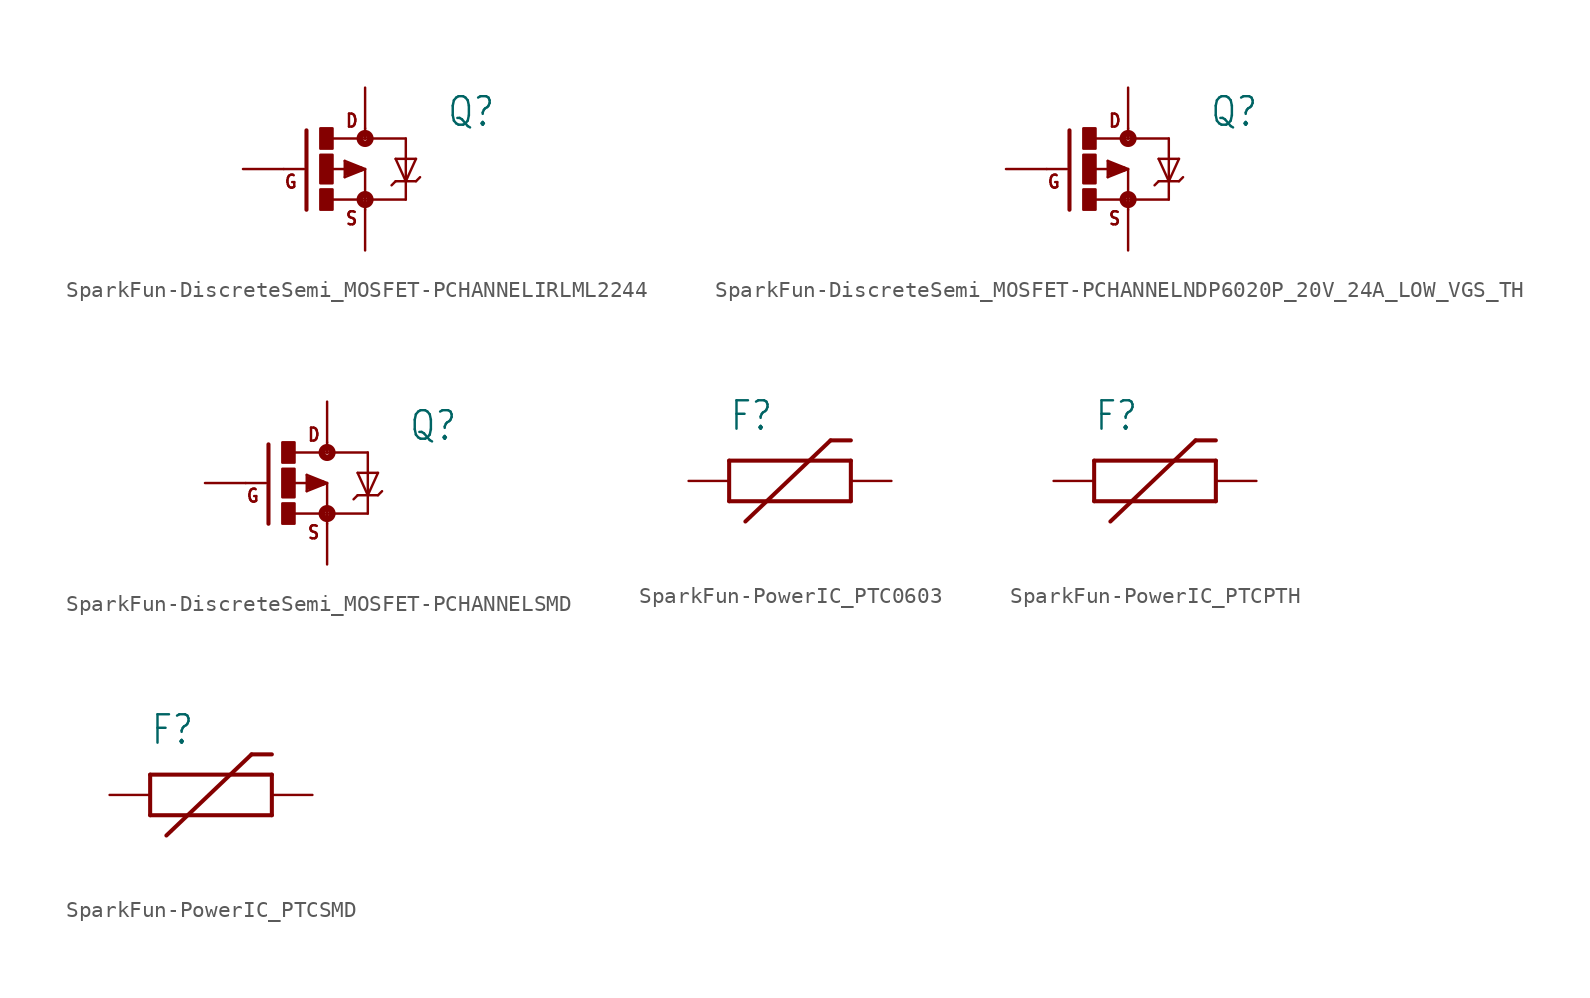
<source format=kicad_sym>
(kicad_symbol_lib
  (version 20241209)
  (generator "kicad_symbol_editor")
  (generator_version "9.0")
  (symbol "SparkFun-DiscreteSemi_MOSFET-PCHANNELIRLML2244"
    (property "Reference" "Q"
      (at 5.08 2.54 0)
      (effects (font (size 1.778 1.511)) (justify left bottom)))
    (property "Value" ""
      (at 5.08 0 0)
      (effects (font (size 1.778 1.511)) (justify left bottom)))
    (property "ki_locked" ""
      (at 0 0 0)
      (effects (font (size 1.27 1.27))))
    (symbol "SparkFun-DiscreteSemi_MOSFET-PCHANNELIRLML2244_1_0"
      (polyline (pts (xy -3.81 0) (xy -5.08 0)) (stroke (width 0.152) (type solid)) (fill (type none)))
      (polyline (pts (xy -3.658 2.413) (xy -3.658 -2.54)) (stroke (width 0.254) (type solid)) (fill (type none)))
      (rectangle (start -2.794 1.27) (end -2.032 2.54) (stroke (width 0) (type default)) (fill (type outline)))
      (rectangle (start -2.794 -0.889) (end -2.032 0.889) (stroke (width 0) (type default)) (fill (type outline)))
      (rectangle (start -2.794 -2.54) (end -2.032 -1.27) (stroke (width 0) (type default)) (fill (type outline)))
      (polyline (pts (xy -2.032 -1.905) (xy 0 -1.905)) (stroke (width 0.152) (type solid)) (fill (type none)))
      (polyline (pts (xy -1.27 0.508) (xy -1.27 -0.508)) (stroke (width 0.152) (type solid)) (fill (type none)))
      (polyline (pts (xy -1.27 -0.508) (xy 0 0)) (stroke (width 0.152) (type solid)) (fill (type none)))
      (polyline (pts (xy -1.143 0.254) (xy -1.143 0)) (stroke (width 0.305) (type solid)) (fill (type none)))
      (polyline (pts (xy -1.143 0) (xy -2.032 0)) (stroke (width 0.152) (type solid)) (fill (type none)))
      (polyline (pts (xy -1.143 0) (xy -0.889 0)) (stroke (width 0.305) (type solid)) (fill (type none)))
      (polyline (pts (xy -1.143 -0.254) (xy -0.254 0)) (stroke (width 0.305) (type solid)) (fill (type none)))
      (polyline (pts (xy -0.254 0) (xy -1.143 0.254)) (stroke (width 0.305) (type solid)) (fill (type none)))
      (polyline (pts (xy 0 2.54) (xy 0 1.905)) (stroke (width 0.152) (type solid)) (fill (type none)))
      (circle (center 0 1.905) (radius 0.127) (stroke (width 0.406) (type solid)) (fill (type none)))
      (polyline (pts (xy 0 1.905) (xy -2.007 1.905)) (stroke (width 0.152) (type solid)) (fill (type none)))
      (polyline (pts (xy 0 1.905) (xy 2.54 1.905)) (stroke (width 0.152) (type solid)) (fill (type none)))
      (polyline (pts (xy 0 0) (xy -1.27 0.508)) (stroke (width 0.152) (type solid)) (fill (type none)))
      (polyline (pts (xy 0 0) (xy 0 -1.905)) (stroke (width 0.152) (type solid)) (fill (type none)))
      (polyline (pts (xy 0 -1.905) (xy 0 -2.54)) (stroke (width 0.152) (type solid)) (fill (type none)))
      (circle (center 0 -1.905) (radius 0.127) (stroke (width 0.406) (type solid)) (fill (type none)))
      (polyline (pts (xy 1.905 0.635) (xy 2.54 -0.762)) (stroke (width 0.152) (type solid)) (fill (type none)))
      (polyline (pts (xy 1.905 -0.762) (xy 1.651 -1.016)) (stroke (width 0.152) (type solid)) (fill (type none)))
      (polyline (pts (xy 2.54 -0.762) (xy 1.905 -0.762)) (stroke (width 0.152) (type solid)) (fill (type none)))
      (polyline (pts (xy 2.54 -0.762) (xy 2.54 1.905)) (stroke (width 0.152) (type solid)) (fill (type none)))
      (polyline (pts (xy 2.54 -0.762) (xy 3.175 0.635)) (stroke (width 0.152) (type solid)) (fill (type none)))
      (polyline (pts (xy 2.54 -1.905) (xy 0 -1.905)) (stroke (width 0.152) (type solid)) (fill (type none)))
      (polyline (pts (xy 2.54 -1.905) (xy 2.54 -0.762)) (stroke (width 0.152) (type solid)) (fill (type none)))
      (polyline (pts (xy 3.175 0.635) (xy 1.905 0.635)) (stroke (width 0.152) (type solid)) (fill (type none)))
      (polyline (pts (xy 3.175 -0.762) (xy 2.54 -0.762)) (stroke (width 0.152) (type solid)) (fill (type none)))
      (polyline (pts (xy 3.175 -0.762) (xy 3.429 -0.508)) (stroke (width 0.152) (type solid)) (fill (type none)))
      (text "G" (at -5.08 -1.27 0) (effects (font (size 0.813 0.691)) (justify left bottom)))
      (text "D" (at -1.27 2.54 0) (effects (font (size 0.813 0.691)) (justify left bottom)))
      (text "S" (at -1.27 -3.556 0) (effects (font (size 0.813 0.691)) (justify left bottom)))
      (pin passive line (at -7.62 0 0) (length 2.54) (name "G" (effects (font (size 0 0)))) (number "1" (effects (font (size 0 0)))))
      (pin passive line (at 0 5.08 270) (length 2.54) (name "D" (effects (font (size 0 0)))) (number "3" (effects (font (size 0 0)))))
      (pin passive line (at 0 -5.08 90) (length 2.54) (name "S" (effects (font (size 0 0)))) (number "2" (effects (font (size 0 0)))))))
  (symbol "SparkFun-DiscreteSemi_MOSFET-PCHANNELNDP6020P_20V_24A_LOW_VGS_TH"
    (property "Reference" "Q"
      (at 5.08 2.54 0)
      (effects (font (size 1.778 1.511)) (justify left bottom)))
    (property "Value" ""
      (at 5.08 0 0)
      (effects (font (size 1.778 1.511)) (justify left bottom)))
    (property "ki_locked" ""
      (at 0 0 0)
      (effects (font (size 1.27 1.27))))
    (symbol "SparkFun-DiscreteSemi_MOSFET-PCHANNELNDP6020P_20V_24A_LOW_VGS_TH_1_0"
      (polyline (pts (xy -3.81 0) (xy -5.08 0)) (stroke (width 0.152) (type solid)) (fill (type none)))
      (polyline (pts (xy -3.658 2.413) (xy -3.658 -2.54)) (stroke (width 0.254) (type solid)) (fill (type none)))
      (rectangle (start -2.794 1.27) (end -2.032 2.54) (stroke (width 0) (type default)) (fill (type outline)))
      (rectangle (start -2.794 -0.889) (end -2.032 0.889) (stroke (width 0) (type default)) (fill (type outline)))
      (rectangle (start -2.794 -2.54) (end -2.032 -1.27) (stroke (width 0) (type default)) (fill (type outline)))
      (polyline (pts (xy -2.032 -1.905) (xy 0 -1.905)) (stroke (width 0.152) (type solid)) (fill (type none)))
      (polyline (pts (xy -1.27 0.508) (xy -1.27 -0.508)) (stroke (width 0.152) (type solid)) (fill (type none)))
      (polyline (pts (xy -1.27 -0.508) (xy 0 0)) (stroke (width 0.152) (type solid)) (fill (type none)))
      (polyline (pts (xy -1.143 0.254) (xy -1.143 0)) (stroke (width 0.305) (type solid)) (fill (type none)))
      (polyline (pts (xy -1.143 0) (xy -2.032 0)) (stroke (width 0.152) (type solid)) (fill (type none)))
      (polyline (pts (xy -1.143 0) (xy -0.889 0)) (stroke (width 0.305) (type solid)) (fill (type none)))
      (polyline (pts (xy -1.143 -0.254) (xy -0.254 0)) (stroke (width 0.305) (type solid)) (fill (type none)))
      (polyline (pts (xy -0.254 0) (xy -1.143 0.254)) (stroke (width 0.305) (type solid)) (fill (type none)))
      (polyline (pts (xy 0 2.54) (xy 0 1.905)) (stroke (width 0.152) (type solid)) (fill (type none)))
      (circle (center 0 1.905) (radius 0.127) (stroke (width 0.406) (type solid)) (fill (type none)))
      (polyline (pts (xy 0 1.905) (xy -2.007 1.905)) (stroke (width 0.152) (type solid)) (fill (type none)))
      (polyline (pts (xy 0 1.905) (xy 2.54 1.905)) (stroke (width 0.152) (type solid)) (fill (type none)))
      (polyline (pts (xy 0 0) (xy -1.27 0.508)) (stroke (width 0.152) (type solid)) (fill (type none)))
      (polyline (pts (xy 0 0) (xy 0 -1.905)) (stroke (width 0.152) (type solid)) (fill (type none)))
      (polyline (pts (xy 0 -1.905) (xy 0 -2.54)) (stroke (width 0.152) (type solid)) (fill (type none)))
      (circle (center 0 -1.905) (radius 0.127) (stroke (width 0.406) (type solid)) (fill (type none)))
      (polyline (pts (xy 1.905 0.635) (xy 2.54 -0.762)) (stroke (width 0.152) (type solid)) (fill (type none)))
      (polyline (pts (xy 1.905 -0.762) (xy 1.651 -1.016)) (stroke (width 0.152) (type solid)) (fill (type none)))
      (polyline (pts (xy 2.54 -0.762) (xy 1.905 -0.762)) (stroke (width 0.152) (type solid)) (fill (type none)))
      (polyline (pts (xy 2.54 -0.762) (xy 2.54 1.905)) (stroke (width 0.152) (type solid)) (fill (type none)))
      (polyline (pts (xy 2.54 -0.762) (xy 3.175 0.635)) (stroke (width 0.152) (type solid)) (fill (type none)))
      (polyline (pts (xy 2.54 -1.905) (xy 0 -1.905)) (stroke (width 0.152) (type solid)) (fill (type none)))
      (polyline (pts (xy 2.54 -1.905) (xy 2.54 -0.762)) (stroke (width 0.152) (type solid)) (fill (type none)))
      (polyline (pts (xy 3.175 0.635) (xy 1.905 0.635)) (stroke (width 0.152) (type solid)) (fill (type none)))
      (polyline (pts (xy 3.175 -0.762) (xy 2.54 -0.762)) (stroke (width 0.152) (type solid)) (fill (type none)))
      (polyline (pts (xy 3.175 -0.762) (xy 3.429 -0.508)) (stroke (width 0.152) (type solid)) (fill (type none)))
      (text "G" (at -5.08 -1.27 0) (effects (font (size 0.813 0.691)) (justify left bottom)))
      (text "D" (at -1.27 2.54 0) (effects (font (size 0.813 0.691)) (justify left bottom)))
      (text "S" (at -1.27 -3.556 0) (effects (font (size 0.813 0.691)) (justify left bottom)))
      (pin passive line (at -7.62 0 0) (length 2.54) (name "G" (effects (font (size 0 0)))) (number "1" (effects (font (size 0 0)))))
      (pin passive line (at 0 5.08 270) (length 2.54) (name "D" (effects (font (size 0 0)))) (number "2" (effects (font (size 0 0)))))
      (pin passive line (at 0 -5.08 90) (length 2.54) (name "S" (effects (font (size 0 0)))) (number "3" (effects (font (size 0 0)))))))
  (symbol "SparkFun-DiscreteSemi_MOSFET-PCHANNELSMD"
    (property "Reference" "Q"
      (at 5.08 2.54 0)
      (effects (font (size 1.778 1.511)) (justify left bottom)))
    (property "Value" ""
      (at 5.08 0 0)
      (effects (font (size 1.778 1.511)) (justify left bottom)))
    (property "ki_locked" ""
      (at 0 0 0)
      (effects (font (size 1.27 1.27))))
    (symbol "SparkFun-DiscreteSemi_MOSFET-PCHANNELSMD_1_0"
      (polyline (pts (xy -3.81 0) (xy -5.08 0)) (stroke (width 0.152) (type solid)) (fill (type none)))
      (polyline (pts (xy -3.658 2.413) (xy -3.658 -2.54)) (stroke (width 0.254) (type solid)) (fill (type none)))
      (rectangle (start -2.794 1.27) (end -2.032 2.54) (stroke (width 0) (type default)) (fill (type outline)))
      (rectangle (start -2.794 -0.889) (end -2.032 0.889) (stroke (width 0) (type default)) (fill (type outline)))
      (rectangle (start -2.794 -2.54) (end -2.032 -1.27) (stroke (width 0) (type default)) (fill (type outline)))
      (polyline (pts (xy -2.032 -1.905) (xy 0 -1.905)) (stroke (width 0.152) (type solid)) (fill (type none)))
      (polyline (pts (xy -1.27 0.508) (xy -1.27 -0.508)) (stroke (width 0.152) (type solid)) (fill (type none)))
      (polyline (pts (xy -1.27 -0.508) (xy 0 0)) (stroke (width 0.152) (type solid)) (fill (type none)))
      (polyline (pts (xy -1.143 0.254) (xy -1.143 0)) (stroke (width 0.305) (type solid)) (fill (type none)))
      (polyline (pts (xy -1.143 0) (xy -2.032 0)) (stroke (width 0.152) (type solid)) (fill (type none)))
      (polyline (pts (xy -1.143 0) (xy -0.889 0)) (stroke (width 0.305) (type solid)) (fill (type none)))
      (polyline (pts (xy -1.143 -0.254) (xy -0.254 0)) (stroke (width 0.305) (type solid)) (fill (type none)))
      (polyline (pts (xy -0.254 0) (xy -1.143 0.254)) (stroke (width 0.305) (type solid)) (fill (type none)))
      (polyline (pts (xy 0 2.54) (xy 0 1.905)) (stroke (width 0.152) (type solid)) (fill (type none)))
      (circle (center 0 1.905) (radius 0.127) (stroke (width 0.406) (type solid)) (fill (type none)))
      (polyline (pts (xy 0 1.905) (xy -2.007 1.905)) (stroke (width 0.152) (type solid)) (fill (type none)))
      (polyline (pts (xy 0 1.905) (xy 2.54 1.905)) (stroke (width 0.152) (type solid)) (fill (type none)))
      (polyline (pts (xy 0 0) (xy -1.27 0.508)) (stroke (width 0.152) (type solid)) (fill (type none)))
      (polyline (pts (xy 0 0) (xy 0 -1.905)) (stroke (width 0.152) (type solid)) (fill (type none)))
      (polyline (pts (xy 0 -1.905) (xy 0 -2.54)) (stroke (width 0.152) (type solid)) (fill (type none)))
      (circle (center 0 -1.905) (radius 0.127) (stroke (width 0.406) (type solid)) (fill (type none)))
      (polyline (pts (xy 1.905 0.635) (xy 2.54 -0.762)) (stroke (width 0.152) (type solid)) (fill (type none)))
      (polyline (pts (xy 1.905 -0.762) (xy 1.651 -1.016)) (stroke (width 0.152) (type solid)) (fill (type none)))
      (polyline (pts (xy 2.54 -0.762) (xy 1.905 -0.762)) (stroke (width 0.152) (type solid)) (fill (type none)))
      (polyline (pts (xy 2.54 -0.762) (xy 2.54 1.905)) (stroke (width 0.152) (type solid)) (fill (type none)))
      (polyline (pts (xy 2.54 -0.762) (xy 3.175 0.635)) (stroke (width 0.152) (type solid)) (fill (type none)))
      (polyline (pts (xy 2.54 -1.905) (xy 0 -1.905)) (stroke (width 0.152) (type solid)) (fill (type none)))
      (polyline (pts (xy 2.54 -1.905) (xy 2.54 -0.762)) (stroke (width 0.152) (type solid)) (fill (type none)))
      (polyline (pts (xy 3.175 0.635) (xy 1.905 0.635)) (stroke (width 0.152) (type solid)) (fill (type none)))
      (polyline (pts (xy 3.175 -0.762) (xy 2.54 -0.762)) (stroke (width 0.152) (type solid)) (fill (type none)))
      (polyline (pts (xy 3.175 -0.762) (xy 3.429 -0.508)) (stroke (width 0.152) (type solid)) (fill (type none)))
      (text "G" (at -5.08 -1.27 0) (effects (font (size 0.813 0.691)) (justify left bottom)))
      (text "D" (at -1.27 2.54 0) (effects (font (size 0.813 0.691)) (justify left bottom)))
      (text "S" (at -1.27 -3.556 0) (effects (font (size 0.813 0.691)) (justify left bottom)))
      (pin passive line (at -7.62 0 0) (length 2.54) (name "G" (effects (font (size 0 0)))) (number "1" (effects (font (size 0 0)))))
      (pin passive line (at 0 5.08 270) (length 2.54) (name "D" (effects (font (size 0 0)))) (number "3" (effects (font (size 0 0)))))
      (pin passive line (at 0 -5.08 90) (length 2.54) (name "S" (effects (font (size 0 0)))) (number "2" (effects (font (size 0 0)))))))
  (symbol "SparkFun-PowerIC_PTC0603"
    (property "Reference" "F"
      (at -2.54 3.048 0)
      (effects (font (size 1.778 1.511)) (justify left bottom)))
    (property "Value" ""
      (at -3.302 -5.08 0)
      (effects (font (size 1.778 1.511)) (justify left bottom)))
    (property "ki_locked" ""
      (at 0 0 0)
      (effects (font (size 1.27 1.27))))
    (symbol "SparkFun-PowerIC_PTC0603_1_0"
      (polyline (pts (xy -2.54 1.27) (xy 5.08 1.27)) (stroke (width 0.254) (type solid)) (fill (type none)))
      (polyline (pts (xy -2.54 -1.27) (xy -2.54 1.27)) (stroke (width 0.254) (type solid)) (fill (type none)))
      (polyline (pts (xy -1.524 -2.54) (xy 3.81 2.54)) (stroke (width 0.254) (type solid)) (fill (type none)))
      (polyline (pts (xy 3.81 2.54) (xy 5.08 2.54)) (stroke (width 0.254) (type solid)) (fill (type none)))
      (polyline (pts (xy 5.08 1.27) (xy 5.08 -1.27)) (stroke (width 0.254) (type solid)) (fill (type none)))
      (polyline (pts (xy 5.08 -1.27) (xy -2.54 -1.27)) (stroke (width 0.254) (type solid)) (fill (type none)))
      (pin bidirectional line (at -5.08 0 0) (length 2.54) (name "1" (effects (font (size 0 0)))) (number "1" (effects (font (size 0 0)))))
      (pin bidirectional line (at 7.62 0 180) (length 2.54) (name "2" (effects (font (size 0 0)))) (number "2" (effects (font (size 0 0)))))))
  (symbol "SparkFun-PowerIC_PTCPTH"
    (property "Reference" "F"
      (at -2.54 3.048 0)
      (effects (font (size 1.778 1.511)) (justify left bottom)))
    (property "Value" ""
      (at -3.302 -5.08 0)
      (effects (font (size 1.778 1.511)) (justify left bottom)))
    (property "ki_locked" ""
      (at 0 0 0)
      (effects (font (size 1.27 1.27))))
    (symbol "SparkFun-PowerIC_PTCPTH_1_0"
      (polyline (pts (xy -2.54 1.27) (xy 5.08 1.27)) (stroke (width 0.254) (type solid)) (fill (type none)))
      (polyline (pts (xy -2.54 -1.27) (xy -2.54 1.27)) (stroke (width 0.254) (type solid)) (fill (type none)))
      (polyline (pts (xy -1.524 -2.54) (xy 3.81 2.54)) (stroke (width 0.254) (type solid)) (fill (type none)))
      (polyline (pts (xy 3.81 2.54) (xy 5.08 2.54)) (stroke (width 0.254) (type solid)) (fill (type none)))
      (polyline (pts (xy 5.08 1.27) (xy 5.08 -1.27)) (stroke (width 0.254) (type solid)) (fill (type none)))
      (polyline (pts (xy 5.08 -1.27) (xy -2.54 -1.27)) (stroke (width 0.254) (type solid)) (fill (type none)))
      (pin bidirectional line (at -5.08 0 0) (length 2.54) (name "1" (effects (font (size 0 0)))) (number "P$1" (effects (font (size 0 0)))))
      (pin bidirectional line (at 7.62 0 180) (length 2.54) (name "2" (effects (font (size 0 0)))) (number "P$2" (effects (font (size 0 0)))))))
  (symbol "SparkFun-PowerIC_PTCSMD"
    (property "Reference" "F"
      (at -2.54 3.048 0)
      (effects (font (size 1.778 1.511)) (justify left bottom)))
    (property "Value" ""
      (at -3.302 -5.08 0)
      (effects (font (size 1.778 1.511)) (justify left bottom)))
    (property "ki_locked" ""
      (at 0 0 0)
      (effects (font (size 1.27 1.27))))
    (symbol "SparkFun-PowerIC_PTCSMD_1_0"
      (polyline (pts (xy -2.54 1.27) (xy 5.08 1.27)) (stroke (width 0.254) (type solid)) (fill (type none)))
      (polyline (pts (xy -2.54 -1.27) (xy -2.54 1.27)) (stroke (width 0.254) (type solid)) (fill (type none)))
      (polyline (pts (xy -1.524 -2.54) (xy 3.81 2.54)) (stroke (width 0.254) (type solid)) (fill (type none)))
      (polyline (pts (xy 3.81 2.54) (xy 5.08 2.54)) (stroke (width 0.254) (type solid)) (fill (type none)))
      (polyline (pts (xy 5.08 1.27) (xy 5.08 -1.27)) (stroke (width 0.254) (type solid)) (fill (type none)))
      (polyline (pts (xy 5.08 -1.27) (xy -2.54 -1.27)) (stroke (width 0.254) (type solid)) (fill (type none)))
      (pin bidirectional line (at -5.08 0 0) (length 2.54) (name "1" (effects (font (size 0 0)))) (number "1" (effects (font (size 0 0)))))
      (pin bidirectional line (at 7.62 0 180) (length 2.54) (name "2" (effects (font (size 0 0)))) (number "2" (effects (font (size 0 0))))))))
</source>
